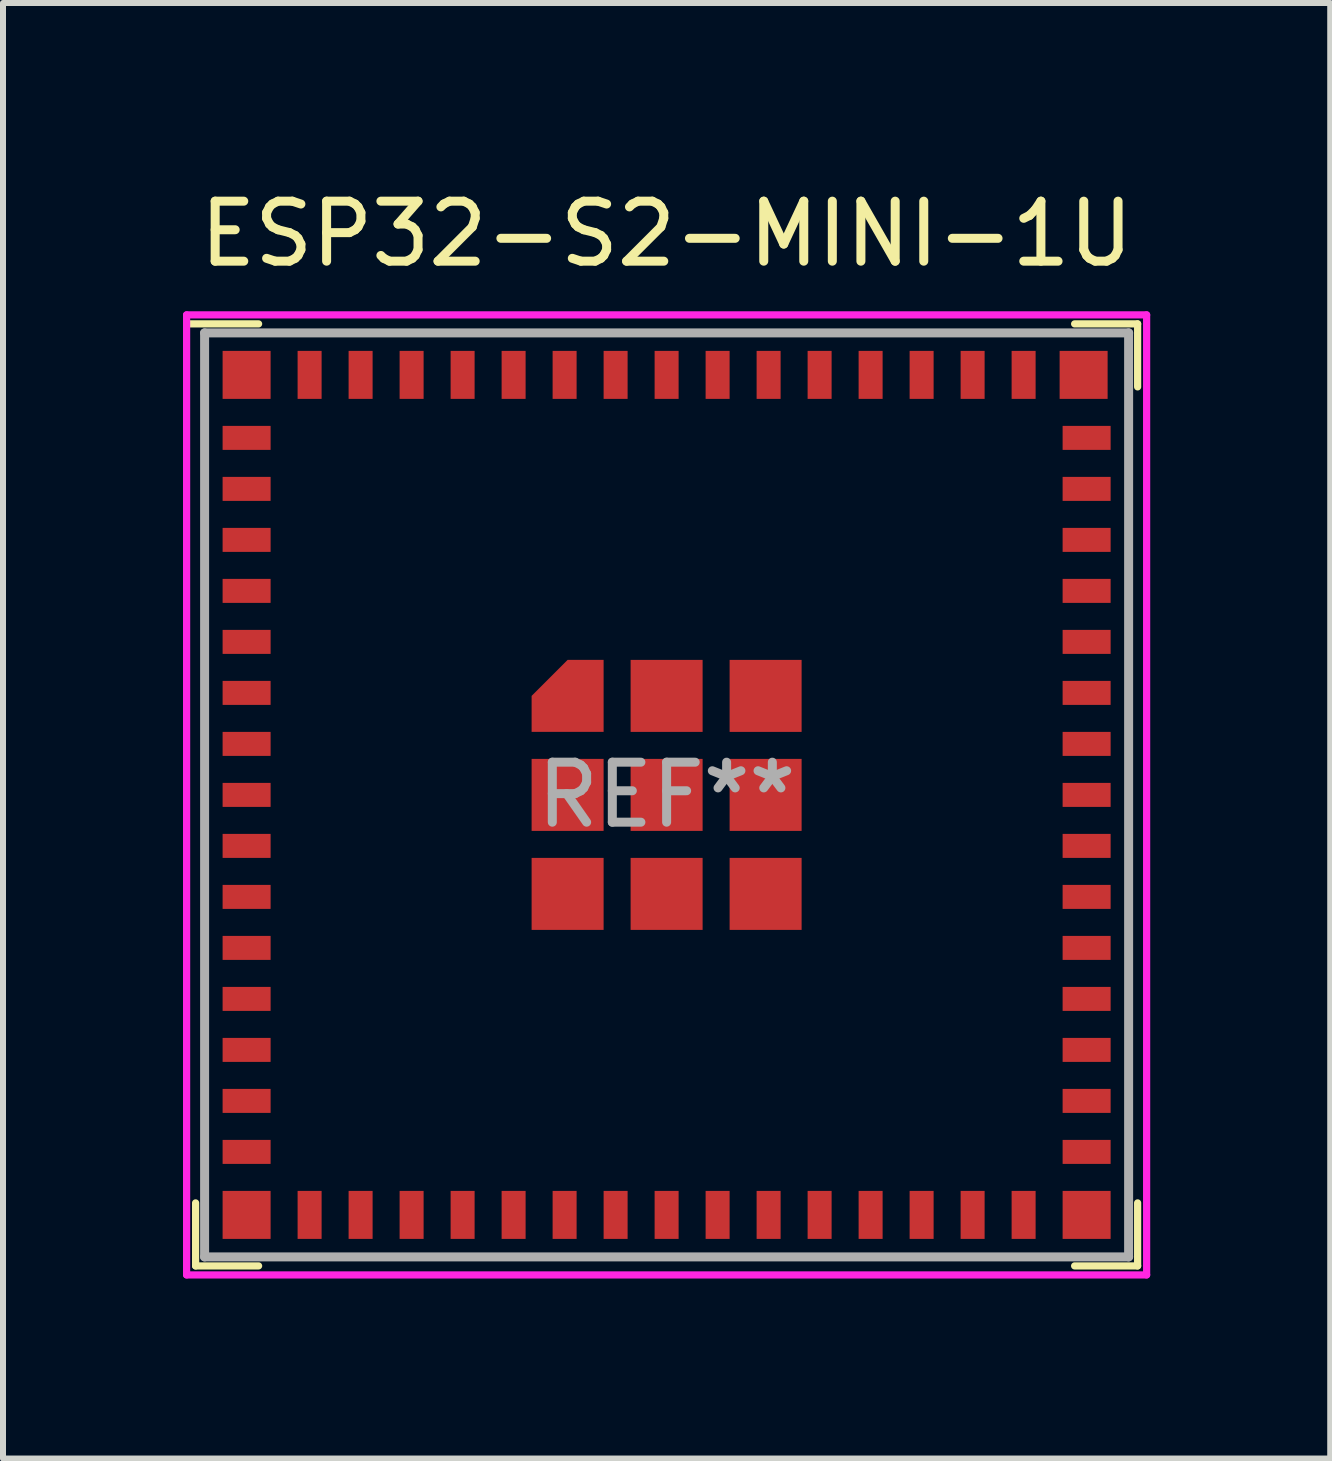
<source format=kicad_pcb>
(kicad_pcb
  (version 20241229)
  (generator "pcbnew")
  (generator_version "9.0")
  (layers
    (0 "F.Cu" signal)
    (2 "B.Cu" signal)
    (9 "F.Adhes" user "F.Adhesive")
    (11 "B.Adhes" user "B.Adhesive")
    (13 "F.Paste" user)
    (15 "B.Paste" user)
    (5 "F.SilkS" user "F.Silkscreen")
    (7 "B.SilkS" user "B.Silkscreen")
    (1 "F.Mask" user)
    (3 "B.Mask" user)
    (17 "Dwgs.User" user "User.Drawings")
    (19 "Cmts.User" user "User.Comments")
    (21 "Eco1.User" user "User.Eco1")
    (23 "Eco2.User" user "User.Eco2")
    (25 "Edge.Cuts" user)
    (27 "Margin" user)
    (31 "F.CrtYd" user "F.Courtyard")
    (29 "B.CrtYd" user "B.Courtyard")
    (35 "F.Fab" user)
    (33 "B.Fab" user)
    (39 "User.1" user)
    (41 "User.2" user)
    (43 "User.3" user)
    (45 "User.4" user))
  (footprint "ESP32-S2-MINI-1U"
    (layer "F.Cu")
    (at 8.06 10.198)
    (property "Reference" "ESP32-S2-MINI-1U" (at 0 -9.35 0) (layer "F.SilkS") (effects (font (size 1 1) (thickness 0.15))))
    (attr smd)
    (fp_line (start -7.85 7.85) (end -7.85 6.8) (stroke (width 0.12) (type solid)) (layer "F.SilkS"))
    (fp_line (start -7.7 -7.7) (end 7.7 -7.7) (stroke (width 0.12) (type solid)) (layer "F.SilkS"))
    (fp_line (start -7.7 7.7) (end -7.7 -7.7) (stroke (width 0.12) (type solid)) (layer "F.SilkS"))
    (fp_line (start -6.8 -7.85) (end -8 -7.85) (stroke (width 0.12) (type solid)) (layer "F.SilkS"))
    (fp_line (start -6.8 7.85) (end -7.85 7.85) (stroke (width 0.12) (type solid)) (layer "F.SilkS"))
    (fp_line (start 6.8 -7.85) (end 7.85 -7.85) (stroke (width 0.12) (type solid)) (layer "F.SilkS"))
    (fp_line (start 6.8 7.85) (end 7.85 7.85) (stroke (width 0.12) (type solid)) (layer "F.SilkS"))
    (fp_line (start 7.7 -7.7) (end 7.7 7.7) (stroke (width 0.12) (type solid)) (layer "F.SilkS"))
    (fp_line (start 7.7 7.7) (end -7.7 7.7) (stroke (width 0.12) (type solid)) (layer "F.SilkS"))
    (fp_line (start 7.85 -7.85) (end 7.85 -6.8) (stroke (width 0.12) (type solid)) (layer "F.SilkS"))
    (fp_line (start 7.85 7.85) (end 7.85 6.8) (stroke (width 0.12) (type solid)) (layer "F.SilkS"))
    (fp_line (start -8 -8) (end -8 8) (stroke (width 0.12) (type solid)) (layer "F.CrtYd"))
    (fp_line (start -8 8) (end 8 8) (stroke (width 0.12) (type solid)) (layer "F.CrtYd"))
    (fp_line (start 8 -8) (end -8 -8) (stroke (width 0.12) (type solid)) (layer "F.CrtYd"))
    (fp_line (start 8 8) (end 8 -8) (stroke (width 0.12) (type solid)) (layer "F.CrtYd"))
    (fp_line (start -7.7 -7.7) (end -7.7 7.7) (stroke (width 0.15) (type solid)) (layer "F.Fab"))
    (fp_line (start -7.7 7.7) (end 7.7 7.7) (stroke (width 0.15) (type solid)) (layer "F.Fab"))
    (fp_line (start 7.7 -7.7) (end -7.7 -7.7) (stroke (width 0.15) (type solid)) (layer "F.Fab"))
    (fp_line (start 7.7 7.7) (end 7.7 -7.7) (stroke (width 0.15) (type solid)) (layer "F.Fab"))
    (fp_text user "REF**" (at 0 0 0) (layer "F.Fab") (effects (font (size 1 1) (thickness 0.15))))
    (pad "1" smd rect (at -7 -5.95 90) (size 0.4 0.8) (layers "F.Cu" "F.Mask" "F.Paste"))
    (pad "2" smd rect (at -7 -5.1 90) (size 0.4 0.8) (layers "F.Cu" "F.Mask" "F.Paste"))
    (pad "3" smd rect (at -7 -4.25 90) (size 0.4 0.8) (layers "F.Cu" "F.Mask" "F.Paste"))
    (pad "4" smd rect (at -7 -3.4 90) (size 0.4 0.8) (layers "F.Cu" "F.Mask" "F.Paste"))
    (pad "5" smd rect (at -7 -2.55 90) (size 0.4 0.8) (layers "F.Cu" "F.Mask" "F.Paste"))
    (pad "6" smd rect (at -7 -1.7 90) (size 0.4 0.8) (layers "F.Cu" "F.Mask" "F.Paste"))
    (pad "7" smd rect (at -7 -0.85 90) (size 0.4 0.8) (layers "F.Cu" "F.Mask" "F.Paste"))
    (pad "8" smd rect (at -7 0 90) (size 0.4 0.8) (layers "F.Cu" "F.Mask" "F.Paste"))
    (pad "9" smd rect (at -7 0.85 90) (size 0.4 0.8) (layers "F.Cu" "F.Mask" "F.Paste"))
    (pad "10" smd rect (at -7 1.7 90) (size 0.4 0.8) (layers "F.Cu" "F.Mask" "F.Paste"))
    (pad "11" smd rect (at -7 2.55 90) (size 0.4 0.8) (layers "F.Cu" "F.Mask" "F.Paste"))
    (pad "12" smd rect (at -7 3.4 90) (size 0.4 0.8) (layers "F.Cu" "F.Mask" "F.Paste"))
    (pad "13" smd rect (at -7 4.25 90) (size 0.4 0.8) (layers "F.Cu" "F.Mask" "F.Paste"))
    (pad "14" smd rect (at -7 5.1 90) (size 0.4 0.8) (layers "F.Cu" "F.Mask" "F.Paste"))
    (pad "15" smd rect (at -7 5.95 90) (size 0.4 0.8) (layers "F.Cu" "F.Mask" "F.Paste"))
    (pad "16" smd rect (at -5.95 7) (size 0.4 0.8) (layers "F.Cu" "F.Mask" "F.Paste"))
    (pad "17" smd rect (at -5.1 7) (size 0.4 0.8) (layers "F.Cu" "F.Mask" "F.Paste"))
    (pad "18" smd rect (at -4.25 7) (size 0.4 0.8) (layers "F.Cu" "F.Mask" "F.Paste"))
    (pad "19" smd rect (at -3.4 7) (size 0.4 0.8) (layers "F.Cu" "F.Mask" "F.Paste"))
    (pad "20" smd rect (at -2.55 7) (size 0.4 0.8) (layers "F.Cu" "F.Mask" "F.Paste"))
    (pad "21" smd rect (at -1.7 7) (size 0.4 0.8) (layers "F.Cu" "F.Mask" "F.Paste"))
    (pad "22" smd rect (at -0.85 7) (size 0.4 0.8) (layers "F.Cu" "F.Mask" "F.Paste"))
    (pad "23" smd rect (at 0 7) (size 0.4 0.8) (layers "F.Cu" "F.Mask" "F.Paste"))
    (pad "24" smd rect (at 0.85 7) (size 0.4 0.8) (layers "F.Cu" "F.Mask" "F.Paste"))
    (pad "25" smd rect (at 1.7 7) (size 0.4 0.8) (layers "F.Cu" "F.Mask" "F.Paste"))
    (pad "26" smd rect (at 2.55 7) (size 0.4 0.8) (layers "F.Cu" "F.Mask" "F.Paste"))
    (pad "27" smd rect (at 3.4 7) (size 0.4 0.8) (layers "F.Cu" "F.Mask" "F.Paste"))
    (pad "28" smd rect (at 4.25 7) (size 0.4 0.8) (layers "F.Cu" "F.Mask" "F.Paste"))
    (pad "29" smd rect (at 5.1 7) (size 0.4 0.8) (layers "F.Cu" "F.Mask" "F.Paste"))
    (pad "30" smd rect (at 5.95 7) (size 0.4 0.8) (layers "F.Cu" "F.Mask" "F.Paste"))
    (pad "31" smd rect (at 7 5.95 90) (size 0.4 0.8) (layers "F.Cu" "F.Mask" "F.Paste"))
    (pad "32" smd rect (at 7 5.1 90) (size 0.4 0.8) (layers "F.Cu" "F.Mask" "F.Paste"))
    (pad "33" smd rect (at 7 4.25 90) (size 0.4 0.8) (layers "F.Cu" "F.Mask" "F.Paste"))
    (pad "34" smd rect (at 7 3.4 90) (size 0.4 0.8) (layers "F.Cu" "F.Mask" "F.Paste"))
    (pad "35" smd rect (at 7 2.55 90) (size 0.4 0.8) (layers "F.Cu" "F.Mask" "F.Paste"))
    (pad "36" smd rect (at 7 1.7 90) (size 0.4 0.8) (layers "F.Cu" "F.Mask" "F.Paste"))
    (pad "37" smd rect (at 7 0.85 90) (size 0.4 0.8) (layers "F.Cu" "F.Mask" "F.Paste"))
    (pad "38" smd rect (at 7 0 90) (size 0.4 0.8) (layers "F.Cu" "F.Mask" "F.Paste"))
    (pad "39" smd rect (at 7 -0.85 90) (size 0.4 0.8) (layers "F.Cu" "F.Mask" "F.Paste"))
    (pad "40" smd rect (at 7 -1.7 90) (size 0.4 0.8) (layers "F.Cu" "F.Mask" "F.Paste"))
    (pad "41" smd rect (at 7 -2.55 90) (size 0.4 0.8) (layers "F.Cu" "F.Mask" "F.Paste"))
    (pad "42" smd rect (at 7 -3.4 90) (size 0.4 0.8) (layers "F.Cu" "F.Mask" "F.Paste"))
    (pad "43" smd rect (at 7 -4.25 90) (size 0.4 0.8) (layers "F.Cu" "F.Mask" "F.Paste"))
    (pad "44" smd rect (at 7 -5.1 90) (size 0.4 0.8) (layers "F.Cu" "F.Mask" "F.Paste"))
    (pad "45" smd rect (at 7 -5.95 90) (size 0.4 0.8) (layers "F.Cu" "F.Mask" "F.Paste"))
    (pad "46" smd rect (at -7 -7 180) (size 0.8 0.8) (layers "F.Cu" "F.Mask" "F.Paste"))
    (pad "46" smd rect (at -7 7 180) (size 0.8 0.8) (layers "F.Cu" "F.Mask" "F.Paste"))
    (pad "46" smd rect (at -5.95 -7) (size 0.4 0.8) (layers "F.Cu" "F.Mask" "F.Paste"))
    (pad "46" smd rect (at -5.1 -7) (size 0.4 0.8) (layers "F.Cu" "F.Mask" "F.Paste"))
    (pad "46" smd rect (at -4.25 -7) (size 0.4 0.8) (layers "F.Cu" "F.Mask" "F.Paste"))
    (pad "46" smd rect (at -3.4 -7) (size 0.4 0.8) (layers "F.Cu" "F.Mask" "F.Paste"))
    (pad "46" smd rect (at -2.55 -7) (size 0.4 0.8) (layers "F.Cu" "F.Mask" "F.Paste"))
    (pad "46" smd rect (at -1.7 -7) (size 0.4 0.8) (layers "F.Cu" "F.Mask" "F.Paste"))
    (pad "46" smd custom (at -1.65 -1.65) (size 0.6 0.6) (layers "F.Cu" "F.Mask" "F.Paste") (options (anchor rect)) (primitives (gr_poly (pts (xy 0.6 0.6) (xy -0.6 0.6) (xy -0.6 0) (xy 0 -0.6) (xy 0.6 -0.6)) (width 0) (fill yes))))
    (pad "46" smd rect (at -1.65 0) (size 1.2 1.2) (layers "F.Cu" "F.Mask" "F.Paste"))
    (pad "46" smd rect (at -1.65 1.65) (size 1.2 1.2) (layers "F.Cu" "F.Mask" "F.Paste"))
    (pad "46" smd rect (at -0.85 -7) (size 0.4 0.8) (layers "F.Cu" "F.Mask" "F.Paste"))
    (pad "46" smd rect (at 0 -7) (size 0.4 0.8) (layers "F.Cu" "F.Mask" "F.Paste"))
    (pad "46" smd rect (at 0 -1.65) (size 1.2 1.2) (layers "F.Cu" "F.Mask" "F.Paste"))
    (pad "46" smd rect (at 0 0) (size 1.2 1.2) (layers "F.Cu" "F.Mask" "F.Paste"))
    (pad "46" smd rect (at 0 1.65) (size 1.2 1.2) (layers "F.Cu" "F.Mask" "F.Paste"))
    (pad "46" smd rect (at 0.85 -7) (size 0.4 0.8) (layers "F.Cu" "F.Mask" "F.Paste"))
    (pad "46" smd rect (at 1.65 -1.65) (size 1.2 1.2) (layers "F.Cu" "F.Mask" "F.Paste"))
    (pad "46" smd rect (at 1.65 0) (size 1.2 1.2) (layers "F.Cu" "F.Mask" "F.Paste"))
    (pad "46" smd rect (at 1.65 1.65) (size 1.2 1.2) (layers "F.Cu" "F.Mask" "F.Paste"))
    (pad "46" smd rect (at 1.7 -7) (size 0.4 0.8) (layers "F.Cu" "F.Mask" "F.Paste"))
    (pad "46" smd rect (at 2.55 -7) (size 0.4 0.8) (layers "F.Cu" "F.Mask" "F.Paste"))
    (pad "46" smd rect (at 3.4 -7) (size 0.4 0.8) (layers "F.Cu" "F.Mask" "F.Paste"))
    (pad "46" smd rect (at 4.25 -7) (size 0.4 0.8) (layers "F.Cu" "F.Mask" "F.Paste"))
    (pad "46" smd rect (at 5.1 -7) (size 0.4 0.8) (layers "F.Cu" "F.Mask" "F.Paste"))
    (pad "46" smd rect (at 5.95 -7) (size 0.4 0.8) (layers "F.Cu" "F.Mask" "F.Paste"))
    (pad "46" smd rect (at 6.95 -7 180) (size 0.8 0.8) (layers "F.Cu" "F.Mask" "F.Paste"))
    (pad "46" smd rect (at 7 7 180) (size 0.8 0.8) (layers "F.Cu" "F.Mask" "F.Paste")))
  (gr_rect
    (start -3 -3)
    (end 19.12 21.258)
    (stroke (width 0.1) (type default))
    (fill no)
    (layer "Edge.Cuts")))
</source>
